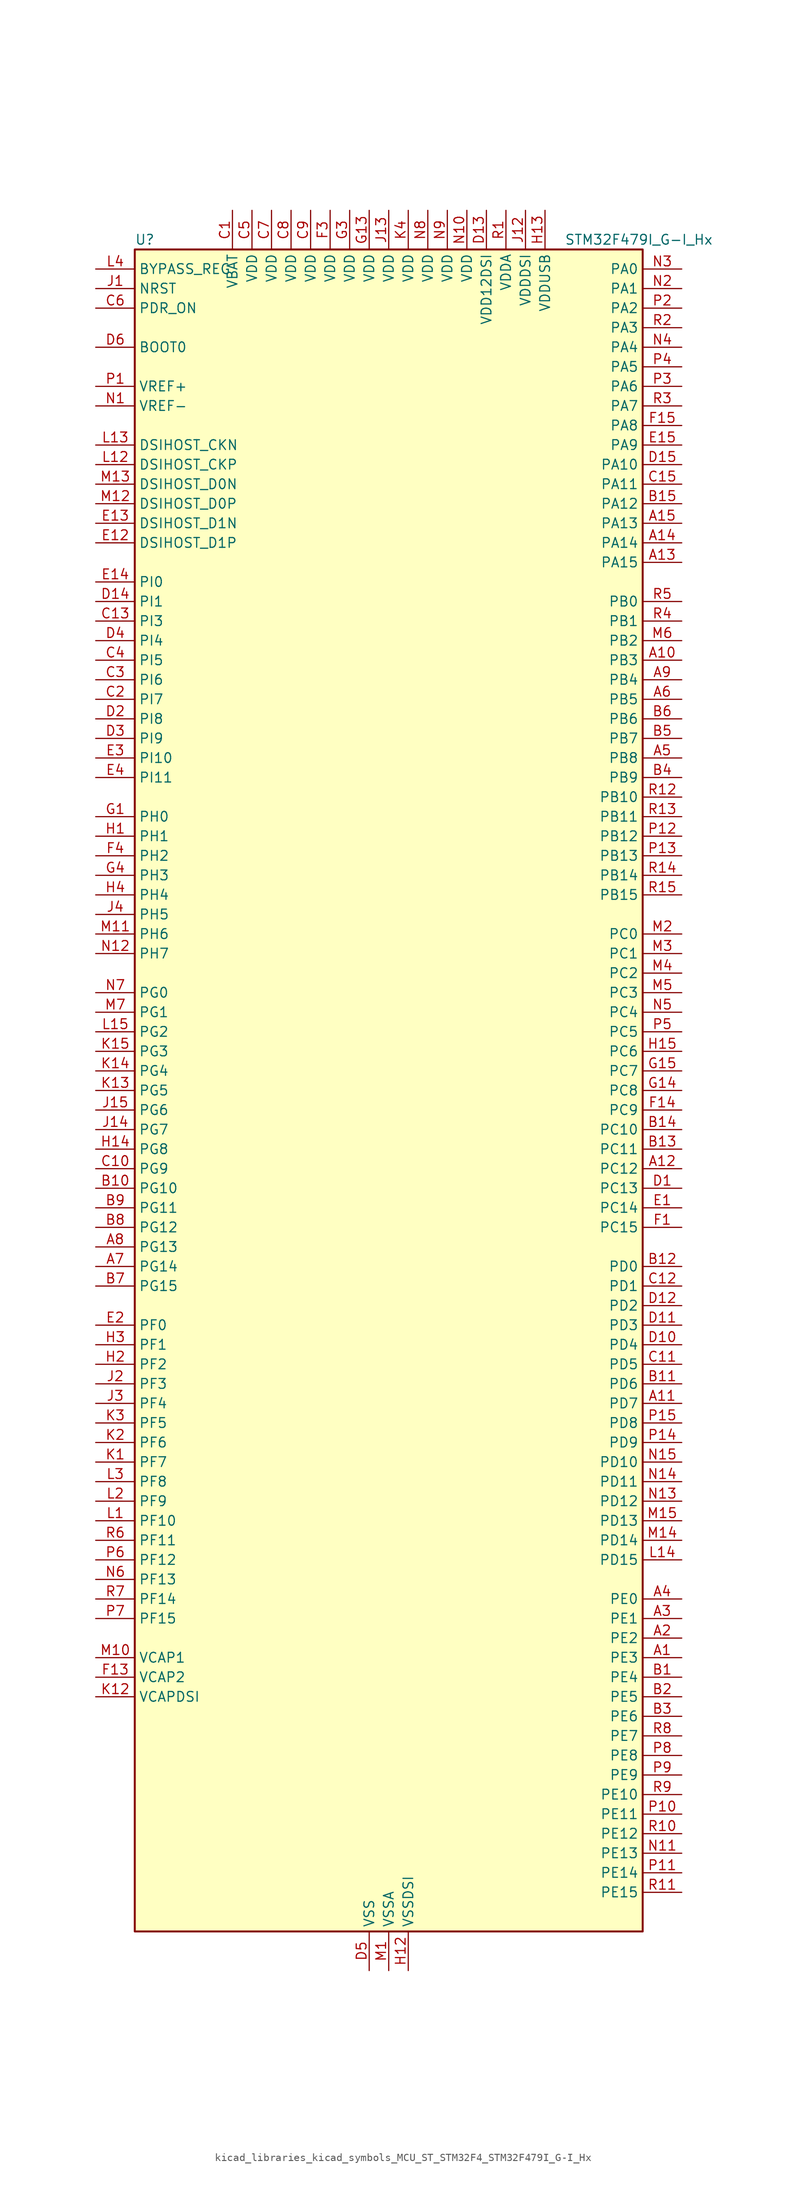
<source format=kicad_sym>
(kicad_symbol_lib
  (version 20220914)
  (generator kicad_symbol_editor)
  (symbol "kicad_libraries_kicad_symbols_MCU_ST_STM32F4_STM32F479I_G-I_Hx"
    (property "Reference" "U"
      (at -33.02 110.49 0)
      (effects (font (size 1.27 1.27)) (justify left)))
    (property "Value" "STM32F479I_G-I_Hx"
      (at 22.86 110.49 0)
      (effects (font (size 1.27 1.27)) (justify left)))
    (property "ki_locked" ""
      (at 0 0 0)
      (effects (font (size 1.27 1.27))))
    (symbol "kicad_libraries_kicad_symbols_MCU_ST_STM32F4_STM32F479I_G-I_Hx_0_1"
      (rectangle (start -33.02 -109.22) (end 33.02 109.22) (stroke (width 0.254) (type default)) (fill (type background))))
    (symbol "kicad_libraries_kicad_symbols_MCU_ST_STM32F4_STM32F479I_G-I_Hx_1_1"
      (pin bidirectional line (at 38.1 -73.66 180) (length 5.08) (name "PE3" (effects (font (size 1.27 1.27)))) (number "A1" (effects (font (size 1.27 1.27)))) (alternate "FMC_A19" bidirectional line) (alternate "SAI1_SD_B" bidirectional line) (alternate "SYS_TRACED0" bidirectional line))
      (pin bidirectional line (at 38.1 55.88 180) (length 5.08) (name "PB3" (effects (font (size 1.27 1.27)))) (number "A10" (effects (font (size 1.27 1.27)))) (alternate "I2S3_CK" bidirectional line) (alternate "SPI1_SCK" bidirectional line) (alternate "SPI3_SCK" bidirectional line) (alternate "SYS_JTDO-SWO" bidirectional line) (alternate "TIM2_CH2" bidirectional line))
      (pin bidirectional line (at 38.1 -40.64 180) (length 5.08) (name "PD7" (effects (font (size 1.27 1.27)))) (number "A11" (effects (font (size 1.27 1.27)))) (alternate "FMC_NE1" bidirectional line) (alternate "USART2_CK" bidirectional line))
      (pin bidirectional line (at 38.1 -10.16 180) (length 5.08) (name "PC12" (effects (font (size 1.27 1.27)))) (number "A12" (effects (font (size 1.27 1.27)))) (alternate "DCMI_D9" bidirectional line) (alternate "I2S3_SD" bidirectional line) (alternate "SDIO_CK" bidirectional line) (alternate "SPI3_MOSI" bidirectional line) (alternate "SYS_TRACED3" bidirectional line) (alternate "UART5_TX" bidirectional line) (alternate "USART3_CK" bidirectional line))
      (pin bidirectional line (at 38.1 68.58 180) (length 5.08) (name "PA15" (effects (font (size 1.27 1.27)))) (number "A13" (effects (font (size 1.27 1.27)))) (alternate "ADC1_EXTI15" bidirectional line) (alternate "ADC2_EXTI15" bidirectional line) (alternate "ADC3_EXTI15" bidirectional line) (alternate "I2S3_WS" bidirectional line) (alternate "SPI1_NSS" bidirectional line) (alternate "SPI3_NSS" bidirectional line) (alternate "SYS_JTDI" bidirectional line) (alternate "TIM2_CH1" bidirectional line) (alternate "TIM2_ETR" bidirectional line))
      (pin bidirectional line (at 38.1 71.12 180) (length 5.08) (name "PA14" (effects (font (size 1.27 1.27)))) (number "A14" (effects (font (size 1.27 1.27)))) (alternate "SYS_JTCK-SWCLK" bidirectional line))
      (pin bidirectional line (at 38.1 73.66 180) (length 5.08) (name "PA13" (effects (font (size 1.27 1.27)))) (number "A15" (effects (font (size 1.27 1.27)))) (alternate "SYS_JTMS-SWDIO" bidirectional line))
      (pin bidirectional line (at 38.1 -71.12 180) (length 5.08) (name "PE2" (effects (font (size 1.27 1.27)))) (number "A2" (effects (font (size 1.27 1.27)))) (alternate "ETH_TXD3" bidirectional line) (alternate "FMC_A23" bidirectional line) (alternate "QUADSPI_BK1_IO2" bidirectional line) (alternate "SAI1_MCLK_A" bidirectional line) (alternate "SPI4_SCK" bidirectional line) (alternate "SYS_TRACECLK" bidirectional line))
      (pin bidirectional line (at 38.1 -68.58 180) (length 5.08) (name "PE1" (effects (font (size 1.27 1.27)))) (number "A3" (effects (font (size 1.27 1.27)))) (alternate "DCMI_D3" bidirectional line) (alternate "FMC_NBL1" bidirectional line) (alternate "UART8_TX" bidirectional line))
      (pin bidirectional line (at 38.1 -66.04 180) (length 5.08) (name "PE0" (effects (font (size 1.27 1.27)))) (number "A4" (effects (font (size 1.27 1.27)))) (alternate "DCMI_D2" bidirectional line) (alternate "FMC_NBL0" bidirectional line) (alternate "TIM4_ETR" bidirectional line) (alternate "UART8_RX" bidirectional line))
      (pin bidirectional line (at 38.1 43.18 180) (length 5.08) (name "PB8" (effects (font (size 1.27 1.27)))) (number "A5" (effects (font (size 1.27 1.27)))) (alternate "CAN1_RX" bidirectional line) (alternate "DCMI_D6" bidirectional line) (alternate "ETH_TXD3" bidirectional line) (alternate "I2C1_SCL" bidirectional line) (alternate "LTDC_B6" bidirectional line) (alternate "SDIO_D4" bidirectional line) (alternate "TIM10_CH1" bidirectional line) (alternate "TIM4_CH3" bidirectional line))
      (pin bidirectional line (at 38.1 50.8 180) (length 5.08) (name "PB5" (effects (font (size 1.27 1.27)))) (number "A6" (effects (font (size 1.27 1.27)))) (alternate "CAN2_RX" bidirectional line) (alternate "DCMI_D10" bidirectional line) (alternate "ETH_PPS_OUT" bidirectional line) (alternate "FMC_SDCKE1" bidirectional line) (alternate "I2C1_SMBA" bidirectional line) (alternate "I2S3_SD" bidirectional line) (alternate "LTDC_G7" bidirectional line) (alternate "SPI1_MOSI" bidirectional line) (alternate "SPI3_MOSI" bidirectional line) (alternate "TIM3_CH2" bidirectional line) (alternate "USB_OTG_HS_ULPI_D7" bidirectional line))
      (pin bidirectional line (at -38.1 -22.86 0) (length 5.08) (name "PG14" (effects (font (size 1.27 1.27)))) (number "A7" (effects (font (size 1.27 1.27)))) (alternate "ETH_TXD1" bidirectional line) (alternate "FMC_A25" bidirectional line) (alternate "LTDC_B0" bidirectional line) (alternate "QUADSPI_BK2_IO3" bidirectional line) (alternate "SPI6_MOSI" bidirectional line) (alternate "SYS_TRACED1" bidirectional line) (alternate "USART6_TX" bidirectional line))
      (pin bidirectional line (at -38.1 -20.32 0) (length 5.08) (name "PG13" (effects (font (size 1.27 1.27)))) (number "A8" (effects (font (size 1.27 1.27)))) (alternate "ETH_TXD0" bidirectional line) (alternate "FMC_A24" bidirectional line) (alternate "LTDC_R0" bidirectional line) (alternate "SPI6_SCK" bidirectional line) (alternate "SYS_TRACED0" bidirectional line) (alternate "USART6_CTS" bidirectional line))
      (pin bidirectional line (at 38.1 53.34 180) (length 5.08) (name "PB4" (effects (font (size 1.27 1.27)))) (number "A9" (effects (font (size 1.27 1.27)))) (alternate "I2S3_ext_SD" bidirectional line) (alternate "SPI1_MISO" bidirectional line) (alternate "SPI3_MISO" bidirectional line) (alternate "SYS_JTRST" bidirectional line) (alternate "TIM3_CH1" bidirectional line))
      (pin bidirectional line (at 38.1 -76.2 180) (length 5.08) (name "PE4" (effects (font (size 1.27 1.27)))) (number "B1" (effects (font (size 1.27 1.27)))) (alternate "DCMI_D4" bidirectional line) (alternate "FMC_A20" bidirectional line) (alternate "LTDC_B0" bidirectional line) (alternate "SAI1_FS_A" bidirectional line) (alternate "SPI4_NSS" bidirectional line) (alternate "SYS_TRACED1" bidirectional line))
      (pin bidirectional line (at -38.1 -12.7 0) (length 5.08) (name "PG10" (effects (font (size 1.27 1.27)))) (number "B10" (effects (font (size 1.27 1.27)))) (alternate "DCMI_D2" bidirectional line) (alternate "FMC_NE3" bidirectional line) (alternate "LTDC_B2" bidirectional line) (alternate "LTDC_G3" bidirectional line))
      (pin bidirectional line (at 38.1 -38.1 180) (length 5.08) (name "PD6" (effects (font (size 1.27 1.27)))) (number "B11" (effects (font (size 1.27 1.27)))) (alternate "DCMI_D10" bidirectional line) (alternate "FMC_NWAIT" bidirectional line) (alternate "I2S3_SD" bidirectional line) (alternate "LTDC_B2" bidirectional line) (alternate "SAI1_SD_A" bidirectional line) (alternate "SPI3_MOSI" bidirectional line) (alternate "USART2_RX" bidirectional line))
      (pin bidirectional line (at 38.1 -22.86 180) (length 5.08) (name "PD0" (effects (font (size 1.27 1.27)))) (number "B12" (effects (font (size 1.27 1.27)))) (alternate "CAN1_RX" bidirectional line) (alternate "FMC_D2" bidirectional line) (alternate "FMC_DA2" bidirectional line))
      (pin bidirectional line (at 38.1 -7.62 180) (length 5.08) (name "PC11" (effects (font (size 1.27 1.27)))) (number "B13" (effects (font (size 1.27 1.27)))) (alternate "ADC1_EXTI11" bidirectional line) (alternate "ADC2_EXTI11" bidirectional line) (alternate "ADC3_EXTI11" bidirectional line) (alternate "DCMI_D4" bidirectional line) (alternate "I2S3_ext_SD" bidirectional line) (alternate "QUADSPI_BK2_NCS" bidirectional line) (alternate "SDIO_D3" bidirectional line) (alternate "SPI3_MISO" bidirectional line) (alternate "UART4_RX" bidirectional line) (alternate "USART3_RX" bidirectional line))
      (pin bidirectional line (at 38.1 -5.08 180) (length 5.08) (name "PC10" (effects (font (size 1.27 1.27)))) (number "B14" (effects (font (size 1.27 1.27)))) (alternate "DCMI_D8" bidirectional line) (alternate "I2S3_CK" bidirectional line) (alternate "LTDC_R2" bidirectional line) (alternate "QUADSPI_BK1_IO1" bidirectional line) (alternate "SDIO_D2" bidirectional line) (alternate "SPI3_SCK" bidirectional line) (alternate "UART4_TX" bidirectional line) (alternate "USART3_TX" bidirectional line))
      (pin bidirectional line (at 38.1 76.2 180) (length 5.08) (name "PA12" (effects (font (size 1.27 1.27)))) (number "B15" (effects (font (size 1.27 1.27)))) (alternate "CAN1_TX" bidirectional line) (alternate "LTDC_R5" bidirectional line) (alternate "TIM1_ETR" bidirectional line) (alternate "USART1_RTS" bidirectional line) (alternate "USB_OTG_FS_DP" bidirectional line))
      (pin bidirectional line (at 38.1 -78.74 180) (length 5.08) (name "PE5" (effects (font (size 1.27 1.27)))) (number "B2" (effects (font (size 1.27 1.27)))) (alternate "DCMI_D6" bidirectional line) (alternate "FMC_A21" bidirectional line) (alternate "LTDC_G0" bidirectional line) (alternate "SAI1_SCK_A" bidirectional line) (alternate "SPI4_MISO" bidirectional line) (alternate "SYS_TRACED2" bidirectional line) (alternate "TIM9_CH1" bidirectional line))
      (pin bidirectional line (at 38.1 -81.28 180) (length 5.08) (name "PE6" (effects (font (size 1.27 1.27)))) (number "B3" (effects (font (size 1.27 1.27)))) (alternate "DCMI_D7" bidirectional line) (alternate "FMC_A22" bidirectional line) (alternate "LTDC_G1" bidirectional line) (alternate "SAI1_SD_A" bidirectional line) (alternate "SPI4_MOSI" bidirectional line) (alternate "SYS_TRACED3" bidirectional line) (alternate "TIM9_CH2" bidirectional line))
      (pin bidirectional line (at 38.1 40.64 180) (length 5.08) (name "PB9" (effects (font (size 1.27 1.27)))) (number "B4" (effects (font (size 1.27 1.27)))) (alternate "CAN1_TX" bidirectional line) (alternate "DAC_EXTI9" bidirectional line) (alternate "DCMI_D7" bidirectional line) (alternate "I2C1_SDA" bidirectional line) (alternate "I2S2_WS" bidirectional line) (alternate "LTDC_B7" bidirectional line) (alternate "SDIO_D5" bidirectional line) (alternate "SPI2_NSS" bidirectional line) (alternate "TIM11_CH1" bidirectional line) (alternate "TIM4_CH4" bidirectional line))
      (pin bidirectional line (at 38.1 45.72 180) (length 5.08) (name "PB7" (effects (font (size 1.27 1.27)))) (number "B5" (effects (font (size 1.27 1.27)))) (alternate "DCMI_VSYNC" bidirectional line) (alternate "FMC_NL" bidirectional line) (alternate "I2C1_SDA" bidirectional line) (alternate "TIM4_CH2" bidirectional line) (alternate "USART1_RX" bidirectional line))
      (pin bidirectional line (at 38.1 48.26 180) (length 5.08) (name "PB6" (effects (font (size 1.27 1.27)))) (number "B6" (effects (font (size 1.27 1.27)))) (alternate "CAN2_TX" bidirectional line) (alternate "DCMI_D5" bidirectional line) (alternate "FMC_SDNE1" bidirectional line) (alternate "I2C1_SCL" bidirectional line) (alternate "QUADSPI_BK1_NCS" bidirectional line) (alternate "TIM4_CH1" bidirectional line) (alternate "USART1_TX" bidirectional line))
      (pin bidirectional line (at -38.1 -25.4 0) (length 5.08) (name "PG15" (effects (font (size 1.27 1.27)))) (number "B7" (effects (font (size 1.27 1.27)))) (alternate "ADC1_EXTI15" bidirectional line) (alternate "ADC2_EXTI15" bidirectional line) (alternate "ADC3_EXTI15" bidirectional line) (alternate "DCMI_D13" bidirectional line) (alternate "FMC_SDNCAS" bidirectional line) (alternate "USART6_CTS" bidirectional line))
      (pin bidirectional line (at -38.1 -17.78 0) (length 5.08) (name "PG12" (effects (font (size 1.27 1.27)))) (number "B8" (effects (font (size 1.27 1.27)))) (alternate "FMC_NE4" bidirectional line) (alternate "LTDC_B1" bidirectional line) (alternate "LTDC_B4" bidirectional line) (alternate "SPI6_MISO" bidirectional line) (alternate "USART6_RTS" bidirectional line))
      (pin bidirectional line (at -38.1 -15.24 0) (length 5.08) (name "PG11" (effects (font (size 1.27 1.27)))) (number "B9" (effects (font (size 1.27 1.27)))) (alternate "ADC1_EXTI11" bidirectional line) (alternate "ADC2_EXTI11" bidirectional line) (alternate "ADC3_EXTI11" bidirectional line) (alternate "DCMI_D3" bidirectional line) (alternate "ETH_TX_EN" bidirectional line) (alternate "LTDC_B3" bidirectional line))
      (pin power_in line (at -20.32 114.3 270) (length 5.08) (name "VBAT" (effects (font (size 1.27 1.27)))) (number "C1" (effects (font (size 1.27 1.27)))))
      (pin bidirectional line (at -38.1 -10.16 0) (length 5.08) (name "PG9" (effects (font (size 1.27 1.27)))) (number "C10" (effects (font (size 1.27 1.27)))) (alternate "DAC_EXTI9" bidirectional line) (alternate "DCMI_VSYNC" bidirectional line) (alternate "FMC_NCE" bidirectional line) (alternate "FMC_NE2" bidirectional line) (alternate "QUADSPI_BK2_IO2" bidirectional line) (alternate "USART6_RX" bidirectional line))
      (pin bidirectional line (at 38.1 -35.56 180) (length 5.08) (name "PD5" (effects (font (size 1.27 1.27)))) (number "C11" (effects (font (size 1.27 1.27)))) (alternate "FMC_NWE" bidirectional line) (alternate "USART2_TX" bidirectional line))
      (pin bidirectional line (at 38.1 -25.4 180) (length 5.08) (name "PD1" (effects (font (size 1.27 1.27)))) (number "C12" (effects (font (size 1.27 1.27)))) (alternate "CAN1_TX" bidirectional line) (alternate "FMC_D3" bidirectional line) (alternate "FMC_DA3" bidirectional line))
      (pin bidirectional line (at -38.1 60.96 0) (length 5.08) (name "PI3" (effects (font (size 1.27 1.27)))) (number "C13" (effects (font (size 1.27 1.27)))) (alternate "DCMI_D10" bidirectional line) (alternate "FMC_D27" bidirectional line) (alternate "I2S2_SD" bidirectional line) (alternate "SPI2_MOSI" bidirectional line) (alternate "TIM8_ETR" bidirectional line))
      (pin no_connect line (at -33.02 -109.22 0) (length 5.08) hide (name "NC" (effects (font (size 1.27 1.27)))) (number "C14" (effects (font (size 1.27 1.27)))))
      (pin bidirectional line (at 38.1 78.74 180) (length 5.08) (name "PA11" (effects (font (size 1.27 1.27)))) (number "C15" (effects (font (size 1.27 1.27)))) (alternate "ADC1_EXTI11" bidirectional line) (alternate "ADC2_EXTI11" bidirectional line) (alternate "ADC3_EXTI11" bidirectional line) (alternate "CAN1_RX" bidirectional line) (alternate "LTDC_R4" bidirectional line) (alternate "TIM1_CH4" bidirectional line) (alternate "USART1_CTS" bidirectional line) (alternate "USB_OTG_FS_DM" bidirectional line))
      (pin bidirectional line (at -38.1 50.8 0) (length 5.08) (name "PI7" (effects (font (size 1.27 1.27)))) (number "C2" (effects (font (size 1.27 1.27)))) (alternate "DCMI_D7" bidirectional line) (alternate "FMC_D29" bidirectional line) (alternate "LTDC_B7" bidirectional line) (alternate "TIM8_CH3" bidirectional line))
      (pin bidirectional line (at -38.1 53.34 0) (length 5.08) (name "PI6" (effects (font (size 1.27 1.27)))) (number "C3" (effects (font (size 1.27 1.27)))) (alternate "DCMI_D6" bidirectional line) (alternate "FMC_D28" bidirectional line) (alternate "LTDC_B6" bidirectional line) (alternate "TIM8_CH2" bidirectional line))
      (pin bidirectional line (at -38.1 55.88 0) (length 5.08) (name "PI5" (effects (font (size 1.27 1.27)))) (number "C4" (effects (font (size 1.27 1.27)))) (alternate "DCMI_VSYNC" bidirectional line) (alternate "FMC_NBL3" bidirectional line) (alternate "LTDC_B5" bidirectional line) (alternate "TIM8_CH1" bidirectional line))
      (pin power_in line (at -17.78 114.3 270) (length 5.08) (name "VDD" (effects (font (size 1.27 1.27)))) (number "C5" (effects (font (size 1.27 1.27)))))
      (pin input line (at -38.1 101.6 0) (length 5.08) (name "PDR_ON" (effects (font (size 1.27 1.27)))) (number "C6" (effects (font (size 1.27 1.27)))))
      (pin power_in line (at -15.24 114.3 270) (length 5.08) (name "VDD" (effects (font (size 1.27 1.27)))) (number "C7" (effects (font (size 1.27 1.27)))))
      (pin power_in line (at -12.7 114.3 270) (length 5.08) (name "VDD" (effects (font (size 1.27 1.27)))) (number "C8" (effects (font (size 1.27 1.27)))))
      (pin power_in line (at -10.16 114.3 270) (length 5.08) (name "VDD" (effects (font (size 1.27 1.27)))) (number "C9" (effects (font (size 1.27 1.27)))))
      (pin bidirectional line (at 38.1 -12.7 180) (length 5.08) (name "PC13" (effects (font (size 1.27 1.27)))) (number "D1" (effects (font (size 1.27 1.27)))) (alternate "RTC_AF1" bidirectional line))
      (pin bidirectional line (at 38.1 -33.02 180) (length 5.08) (name "PD4" (effects (font (size 1.27 1.27)))) (number "D10" (effects (font (size 1.27 1.27)))) (alternate "FMC_NOE" bidirectional line) (alternate "USART2_RTS" bidirectional line))
      (pin bidirectional line (at 38.1 -30.48 180) (length 5.08) (name "PD3" (effects (font (size 1.27 1.27)))) (number "D11" (effects (font (size 1.27 1.27)))) (alternate "DCMI_D5" bidirectional line) (alternate "FMC_CLK" bidirectional line) (alternate "I2S2_CK" bidirectional line) (alternate "LTDC_G7" bidirectional line) (alternate "SPI2_SCK" bidirectional line) (alternate "USART2_CTS" bidirectional line))
      (pin bidirectional line (at 38.1 -27.94 180) (length 5.08) (name "PD2" (effects (font (size 1.27 1.27)))) (number "D12" (effects (font (size 1.27 1.27)))) (alternate "DCMI_D11" bidirectional line) (alternate "SDIO_CMD" bidirectional line) (alternate "SYS_TRACED2" bidirectional line) (alternate "TIM3_ETR" bidirectional line) (alternate "UART5_RX" bidirectional line))
      (pin power_in line (at 12.7 114.3 270) (length 5.08) (name "VDD12DSI" (effects (font (size 1.27 1.27)))) (number "D13" (effects (font (size 1.27 1.27)))))
      (pin bidirectional line (at -38.1 63.5 0) (length 5.08) (name "PI1" (effects (font (size 1.27 1.27)))) (number "D14" (effects (font (size 1.27 1.27)))) (alternate "DCMI_D8" bidirectional line) (alternate "FMC_D25" bidirectional line) (alternate "I2S2_CK" bidirectional line) (alternate "LTDC_G6" bidirectional line) (alternate "SPI2_SCK" bidirectional line))
      (pin bidirectional line (at 38.1 81.28 180) (length 5.08) (name "PA10" (effects (font (size 1.27 1.27)))) (number "D15" (effects (font (size 1.27 1.27)))) (alternate "DCMI_D1" bidirectional line) (alternate "TIM1_CH3" bidirectional line) (alternate "USART1_RX" bidirectional line) (alternate "USB_OTG_FS_ID" bidirectional line))
      (pin bidirectional line (at -38.1 48.26 0) (length 5.08) (name "PI8" (effects (font (size 1.27 1.27)))) (number "D2" (effects (font (size 1.27 1.27)))) (alternate "RTC_AF1" bidirectional line) (alternate "RTC_AF2" bidirectional line))
      (pin bidirectional line (at -38.1 45.72 0) (length 5.08) (name "PI9" (effects (font (size 1.27 1.27)))) (number "D3" (effects (font (size 1.27 1.27)))) (alternate "CAN1_RX" bidirectional line) (alternate "DAC_EXTI9" bidirectional line) (alternate "FMC_D30" bidirectional line) (alternate "LTDC_VSYNC" bidirectional line))
      (pin bidirectional line (at -38.1 58.42 0) (length 5.08) (name "PI4" (effects (font (size 1.27 1.27)))) (number "D4" (effects (font (size 1.27 1.27)))) (alternate "DCMI_D5" bidirectional line) (alternate "FMC_NBL2" bidirectional line) (alternate "LTDC_B4" bidirectional line) (alternate "TIM8_BKIN" bidirectional line))
      (pin power_in line (at -2.54 -114.3 90) (length 5.08) (name "VSS" (effects (font (size 1.27 1.27)))) (number "D5" (effects (font (size 1.27 1.27)))))
      (pin input line (at -38.1 96.52 0) (length 5.08) (name "BOOT0" (effects (font (size 1.27 1.27)))) (number "D6" (effects (font (size 1.27 1.27)))))
      (pin passive line (at -2.54 -114.3 90) (length 5.08) hide (name "VSS" (effects (font (size 1.27 1.27)))) (number "D7" (effects (font (size 1.27 1.27)))))
      (pin passive line (at -2.54 -114.3 90) (length 5.08) hide (name "VSS" (effects (font (size 1.27 1.27)))) (number "D8" (effects (font (size 1.27 1.27)))))
      (pin passive line (at -2.54 -114.3 90) (length 5.08) hide (name "VSS" (effects (font (size 1.27 1.27)))) (number "D9" (effects (font (size 1.27 1.27)))))
      (pin bidirectional line (at 38.1 -15.24 180) (length 5.08) (name "PC14" (effects (font (size 1.27 1.27)))) (number "E1" (effects (font (size 1.27 1.27)))) (alternate "RCC_OSC32_IN" bidirectional line))
      (pin bidirectional line (at -38.1 71.12 0) (length 5.08) (name "DSIHOST_D1P" (effects (font (size 1.27 1.27)))) (number "E12" (effects (font (size 1.27 1.27)))) (alternate "DSIHOST_D1P" bidirectional line))
      (pin bidirectional line (at -38.1 73.66 0) (length 5.08) (name "DSIHOST_D1N" (effects (font (size 1.27 1.27)))) (number "E13" (effects (font (size 1.27 1.27)))) (alternate "DSIHOST_D1N" bidirectional line))
      (pin bidirectional line (at -38.1 66.04 0) (length 5.08) (name "PI0" (effects (font (size 1.27 1.27)))) (number "E14" (effects (font (size 1.27 1.27)))) (alternate "DCMI_D13" bidirectional line) (alternate "FMC_D24" bidirectional line) (alternate "I2S2_WS" bidirectional line) (alternate "LTDC_G5" bidirectional line) (alternate "SPI2_NSS" bidirectional line) (alternate "TIM5_CH4" bidirectional line))
      (pin bidirectional line (at 38.1 83.82 180) (length 5.08) (name "PA9" (effects (font (size 1.27 1.27)))) (number "E15" (effects (font (size 1.27 1.27)))) (alternate "DAC_EXTI9" bidirectional line) (alternate "DCMI_D0" bidirectional line) (alternate "I2C3_SMBA" bidirectional line) (alternate "I2S2_CK" bidirectional line) (alternate "SPI2_SCK" bidirectional line) (alternate "TIM1_CH2" bidirectional line) (alternate "USART1_TX" bidirectional line) (alternate "USB_OTG_FS_VBUS" bidirectional line))
      (pin bidirectional line (at -38.1 -30.48 0) (length 5.08) (name "PF0" (effects (font (size 1.27 1.27)))) (number "E2" (effects (font (size 1.27 1.27)))) (alternate "FMC_A0" bidirectional line) (alternate "I2C2_SDA" bidirectional line))
      (pin bidirectional line (at -38.1 43.18 0) (length 5.08) (name "PI10" (effects (font (size 1.27 1.27)))) (number "E3" (effects (font (size 1.27 1.27)))) (alternate "ETH_RX_ER" bidirectional line) (alternate "FMC_D31" bidirectional line) (alternate "LTDC_HSYNC" bidirectional line))
      (pin bidirectional line (at -38.1 40.64 0) (length 5.08) (name "PI11" (effects (font (size 1.27 1.27)))) (number "E4" (effects (font (size 1.27 1.27)))) (alternate "ADC1_EXTI11" bidirectional line) (alternate "ADC2_EXTI11" bidirectional line) (alternate "ADC3_EXTI11" bidirectional line) (alternate "LTDC_G6" bidirectional line) (alternate "USB_OTG_HS_ULPI_DIR" bidirectional line))
      (pin bidirectional line (at 38.1 -17.78 180) (length 5.08) (name "PC15" (effects (font (size 1.27 1.27)))) (number "F1" (effects (font (size 1.27 1.27)))) (alternate "ADC1_EXTI15" bidirectional line) (alternate "ADC2_EXTI15" bidirectional line) (alternate "ADC3_EXTI15" bidirectional line) (alternate "RCC_OSC32_OUT" bidirectional line))
      (pin passive line (at -2.54 -114.3 90) (length 5.08) hide (name "VSS" (effects (font (size 1.27 1.27)))) (number "F10" (effects (font (size 1.27 1.27)))))
      (pin passive line (at -2.54 -114.3 90) (length 5.08) hide (name "VSS" (effects (font (size 1.27 1.27)))) (number "F12" (effects (font (size 1.27 1.27)))))
      (pin power_out line (at -38.1 -76.2 0) (length 5.08) (name "VCAP2" (effects (font (size 1.27 1.27)))) (number "F13" (effects (font (size 1.27 1.27)))))
      (pin bidirectional line (at 38.1 -2.54 180) (length 5.08) (name "PC9" (effects (font (size 1.27 1.27)))) (number "F14" (effects (font (size 1.27 1.27)))) (alternate "DAC_EXTI9" bidirectional line) (alternate "DCMI_D3" bidirectional line) (alternate "I2C3_SDA" bidirectional line) (alternate "I2S_CKIN" bidirectional line) (alternate "QUADSPI_BK1_IO0" bidirectional line) (alternate "RCC_MCO_2" bidirectional line) (alternate "SDIO_D1" bidirectional line) (alternate "TIM3_CH4" bidirectional line) (alternate "TIM8_CH4" bidirectional line))
      (pin bidirectional line (at 38.1 86.36 180) (length 5.08) (name "PA8" (effects (font (size 1.27 1.27)))) (number "F15" (effects (font (size 1.27 1.27)))) (alternate "I2C3_SCL" bidirectional line) (alternate "LTDC_R6" bidirectional line) (alternate "RCC_MCO_1" bidirectional line) (alternate "TIM1_CH1" bidirectional line) (alternate "USART1_CK" bidirectional line) (alternate "USB_OTG_FS_SOF" bidirectional line))
      (pin passive line (at -2.54 -114.3 90) (length 5.08) hide (name "VSS" (effects (font (size 1.27 1.27)))) (number "F2" (effects (font (size 1.27 1.27)))))
      (pin power_in line (at -7.62 114.3 270) (length 5.08) (name "VDD" (effects (font (size 1.27 1.27)))) (number "F3" (effects (font (size 1.27 1.27)))))
      (pin bidirectional line (at -38.1 30.48 0) (length 5.08) (name "PH2" (effects (font (size 1.27 1.27)))) (number "F4" (effects (font (size 1.27 1.27)))) (alternate "ETH_CRS" bidirectional line) (alternate "FMC_SDCKE0" bidirectional line) (alternate "LTDC_R0" bidirectional line) (alternate "QUADSPI_BK2_IO0" bidirectional line))
      (pin passive line (at -2.54 -114.3 90) (length 5.08) hide (name "VSS" (effects (font (size 1.27 1.27)))) (number "F6" (effects (font (size 1.27 1.27)))))
      (pin passive line (at -2.54 -114.3 90) (length 5.08) hide (name "VSS" (effects (font (size 1.27 1.27)))) (number "F7" (effects (font (size 1.27 1.27)))))
      (pin passive line (at -2.54 -114.3 90) (length 5.08) hide (name "VSS" (effects (font (size 1.27 1.27)))) (number "F8" (effects (font (size 1.27 1.27)))))
      (pin passive line (at -2.54 -114.3 90) (length 5.08) hide (name "VSS" (effects (font (size 1.27 1.27)))) (number "F9" (effects (font (size 1.27 1.27)))))
      (pin bidirectional line (at -38.1 35.56 0) (length 5.08) (name "PH0" (effects (font (size 1.27 1.27)))) (number "G1" (effects (font (size 1.27 1.27)))) (alternate "RCC_OSC_IN" bidirectional line))
      (pin passive line (at -2.54 -114.3 90) (length 5.08) hide (name "VSS" (effects (font (size 1.27 1.27)))) (number "G10" (effects (font (size 1.27 1.27)))))
      (pin passive line (at -2.54 -114.3 90) (length 5.08) hide (name "VSS" (effects (font (size 1.27 1.27)))) (number "G12" (effects (font (size 1.27 1.27)))))
      (pin power_in line (at -2.54 114.3 270) (length 5.08) (name "VDD" (effects (font (size 1.27 1.27)))) (number "G13" (effects (font (size 1.27 1.27)))))
      (pin bidirectional line (at 38.1 0 180) (length 5.08) (name "PC8" (effects (font (size 1.27 1.27)))) (number "G14" (effects (font (size 1.27 1.27)))) (alternate "DCMI_D2" bidirectional line) (alternate "SDIO_D0" bidirectional line) (alternate "SYS_TRACED1" bidirectional line) (alternate "TIM3_CH3" bidirectional line) (alternate "TIM8_CH3" bidirectional line) (alternate "USART6_CK" bidirectional line))
      (pin bidirectional line (at 38.1 2.54 180) (length 5.08) (name "PC7" (effects (font (size 1.27 1.27)))) (number "G15" (effects (font (size 1.27 1.27)))) (alternate "DCMI_D1" bidirectional line) (alternate "I2S3_MCK" bidirectional line) (alternate "LTDC_G6" bidirectional line) (alternate "SDIO_D7" bidirectional line) (alternate "TIM3_CH2" bidirectional line) (alternate "TIM8_CH2" bidirectional line) (alternate "USART6_RX" bidirectional line))
      (pin passive line (at -2.54 -114.3 90) (length 5.08) hide (name "VSS" (effects (font (size 1.27 1.27)))) (number "G2" (effects (font (size 1.27 1.27)))))
      (pin power_in line (at -5.08 114.3 270) (length 5.08) (name "VDD" (effects (font (size 1.27 1.27)))) (number "G3" (effects (font (size 1.27 1.27)))))
      (pin bidirectional line (at -38.1 27.94 0) (length 5.08) (name "PH3" (effects (font (size 1.27 1.27)))) (number "G4" (effects (font (size 1.27 1.27)))) (alternate "ETH_COL" bidirectional line) (alternate "FMC_SDNE0" bidirectional line) (alternate "LTDC_R1" bidirectional line) (alternate "QUADSPI_BK2_IO1" bidirectional line))
      (pin passive line (at -2.54 -114.3 90) (length 5.08) hide (name "VSS" (effects (font (size 1.27 1.27)))) (number "G6" (effects (font (size 1.27 1.27)))))
      (pin passive line (at -2.54 -114.3 90) (length 5.08) hide (name "VSS" (effects (font (size 1.27 1.27)))) (number "G7" (effects (font (size 1.27 1.27)))))
      (pin passive line (at -2.54 -114.3 90) (length 5.08) hide (name "VSS" (effects (font (size 1.27 1.27)))) (number "G8" (effects (font (size 1.27 1.27)))))
      (pin passive line (at -2.54 -114.3 90) (length 5.08) hide (name "VSS" (effects (font (size 1.27 1.27)))) (number "G9" (effects (font (size 1.27 1.27)))))
      (pin bidirectional line (at -38.1 33.02 0) (length 5.08) (name "PH1" (effects (font (size 1.27 1.27)))) (number "H1" (effects (font (size 1.27 1.27)))) (alternate "RCC_OSC_OUT" bidirectional line))
      (pin passive line (at -2.54 -114.3 90) (length 5.08) hide (name "VSS" (effects (font (size 1.27 1.27)))) (number "H10" (effects (font (size 1.27 1.27)))))
      (pin power_in line (at 2.54 -114.3 90) (length 5.08) (name "VSSDSI" (effects (font (size 1.27 1.27)))) (number "H12" (effects (font (size 1.27 1.27)))))
      (pin power_in line (at 20.32 114.3 270) (length 5.08) (name "VDDUSB" (effects (font (size 1.27 1.27)))) (number "H13" (effects (font (size 1.27 1.27)))))
      (pin bidirectional line (at -38.1 -7.62 0) (length 5.08) (name "PG8" (effects (font (size 1.27 1.27)))) (number "H14" (effects (font (size 1.27 1.27)))) (alternate "ETH_PPS_OUT" bidirectional line) (alternate "FMC_SDCLK" bidirectional line) (alternate "LTDC_G7" bidirectional line) (alternate "SPI6_NSS" bidirectional line) (alternate "USART6_RTS" bidirectional line))
      (pin bidirectional line (at 38.1 5.08 180) (length 5.08) (name "PC6" (effects (font (size 1.27 1.27)))) (number "H15" (effects (font (size 1.27 1.27)))) (alternate "DCMI_D0" bidirectional line) (alternate "I2S2_MCK" bidirectional line) (alternate "LTDC_HSYNC" bidirectional line) (alternate "SDIO_D6" bidirectional line) (alternate "TIM3_CH1" bidirectional line) (alternate "TIM8_CH1" bidirectional line) (alternate "USART6_TX" bidirectional line))
      (pin bidirectional line (at -38.1 -35.56 0) (length 5.08) (name "PF2" (effects (font (size 1.27 1.27)))) (number "H2" (effects (font (size 1.27 1.27)))) (alternate "FMC_A2" bidirectional line) (alternate "I2C2_SMBA" bidirectional line))
      (pin bidirectional line (at -38.1 -33.02 0) (length 5.08) (name "PF1" (effects (font (size 1.27 1.27)))) (number "H3" (effects (font (size 1.27 1.27)))) (alternate "FMC_A1" bidirectional line) (alternate "I2C2_SCL" bidirectional line))
      (pin bidirectional line (at -38.1 25.4 0) (length 5.08) (name "PH4" (effects (font (size 1.27 1.27)))) (number "H4" (effects (font (size 1.27 1.27)))) (alternate "I2C2_SCL" bidirectional line) (alternate "LTDC_G4" bidirectional line) (alternate "LTDC_G5" bidirectional line) (alternate "USB_OTG_HS_ULPI_NXT" bidirectional line))
      (pin passive line (at -2.54 -114.3 90) (length 5.08) hide (name "VSS" (effects (font (size 1.27 1.27)))) (number "H6" (effects (font (size 1.27 1.27)))))
      (pin passive line (at -2.54 -114.3 90) (length 5.08) hide (name "VSS" (effects (font (size 1.27 1.27)))) (number "H7" (effects (font (size 1.27 1.27)))))
      (pin passive line (at -2.54 -114.3 90) (length 5.08) hide (name "VSS" (effects (font (size 1.27 1.27)))) (number "H8" (effects (font (size 1.27 1.27)))))
      (pin passive line (at -2.54 -114.3 90) (length 5.08) hide (name "VSS" (effects (font (size 1.27 1.27)))) (number "H9" (effects (font (size 1.27 1.27)))))
      (pin input line (at -38.1 104.14 0) (length 5.08) (name "NRST" (effects (font (size 1.27 1.27)))) (number "J1" (effects (font (size 1.27 1.27)))))
      (pin passive line (at -2.54 -114.3 90) (length 5.08) hide (name "VSS" (effects (font (size 1.27 1.27)))) (number "J10" (effects (font (size 1.27 1.27)))))
      (pin power_in line (at 17.78 114.3 270) (length 5.08) (name "VDDDSI" (effects (font (size 1.27 1.27)))) (number "J12" (effects (font (size 1.27 1.27)))))
      (pin power_in line (at 0 114.3 270) (length 5.08) (name "VDD" (effects (font (size 1.27 1.27)))) (number "J13" (effects (font (size 1.27 1.27)))))
      (pin bidirectional line (at -38.1 -5.08 0) (length 5.08) (name "PG7" (effects (font (size 1.27 1.27)))) (number "J14" (effects (font (size 1.27 1.27)))) (alternate "DCMI_D13" bidirectional line) (alternate "FMC_INT" bidirectional line) (alternate "LTDC_CLK" bidirectional line) (alternate "SAI1_MCLK_A" bidirectional line) (alternate "USART6_CK" bidirectional line))
      (pin bidirectional line (at -38.1 -2.54 0) (length 5.08) (name "PG6" (effects (font (size 1.27 1.27)))) (number "J15" (effects (font (size 1.27 1.27)))) (alternate "DCMI_D12" bidirectional line) (alternate "LTDC_R7" bidirectional line))
      (pin bidirectional line (at -38.1 -38.1 0) (length 5.08) (name "PF3" (effects (font (size 1.27 1.27)))) (number "J2" (effects (font (size 1.27 1.27)))) (alternate "ADC3_IN9" bidirectional line) (alternate "FMC_A3" bidirectional line))
      (pin bidirectional line (at -38.1 -40.64 0) (length 5.08) (name "PF4" (effects (font (size 1.27 1.27)))) (number "J3" (effects (font (size 1.27 1.27)))) (alternate "ADC3_IN14" bidirectional line) (alternate "FMC_A4" bidirectional line))
      (pin bidirectional line (at -38.1 22.86 0) (length 5.08) (name "PH5" (effects (font (size 1.27 1.27)))) (number "J4" (effects (font (size 1.27 1.27)))) (alternate "FMC_SDNWE" bidirectional line) (alternate "I2C2_SDA" bidirectional line) (alternate "SPI5_NSS" bidirectional line))
      (pin passive line (at -2.54 -114.3 90) (length 5.08) hide (name "VSS" (effects (font (size 1.27 1.27)))) (number "J6" (effects (font (size 1.27 1.27)))))
      (pin passive line (at -2.54 -114.3 90) (length 5.08) hide (name "VSS" (effects (font (size 1.27 1.27)))) (number "J7" (effects (font (size 1.27 1.27)))))
      (pin passive line (at -2.54 -114.3 90) (length 5.08) hide (name "VSS" (effects (font (size 1.27 1.27)))) (number "J8" (effects (font (size 1.27 1.27)))))
      (pin passive line (at -2.54 -114.3 90) (length 5.08) hide (name "VSS" (effects (font (size 1.27 1.27)))) (number "J9" (effects (font (size 1.27 1.27)))))
      (pin bidirectional line (at -38.1 -48.26 0) (length 5.08) (name "PF7" (effects (font (size 1.27 1.27)))) (number "K1" (effects (font (size 1.27 1.27)))) (alternate "ADC3_IN5" bidirectional line) (alternate "QUADSPI_BK1_IO2" bidirectional line) (alternate "SAI1_MCLK_B" bidirectional line) (alternate "SPI5_SCK" bidirectional line) (alternate "TIM11_CH1" bidirectional line) (alternate "UART7_TX" bidirectional line))
      (pin passive line (at -2.54 -114.3 90) (length 5.08) hide (name "VSS" (effects (font (size 1.27 1.27)))) (number "K10" (effects (font (size 1.27 1.27)))))
      (pin power_out line (at -38.1 -78.74 0) (length 5.08) (name "VCAPDSI" (effects (font (size 1.27 1.27)))) (number "K12" (effects (font (size 1.27 1.27)))))
      (pin bidirectional line (at -38.1 0 0) (length 5.08) (name "PG5" (effects (font (size 1.27 1.27)))) (number "K13" (effects (font (size 1.27 1.27)))) (alternate "FMC_A15" bidirectional line) (alternate "FMC_BA1" bidirectional line))
      (pin bidirectional line (at -38.1 2.54 0) (length 5.08) (name "PG4" (effects (font (size 1.27 1.27)))) (number "K14" (effects (font (size 1.27 1.27)))) (alternate "FMC_A14" bidirectional line) (alternate "FMC_BA0" bidirectional line))
      (pin bidirectional line (at -38.1 5.08 0) (length 5.08) (name "PG3" (effects (font (size 1.27 1.27)))) (number "K15" (effects (font (size 1.27 1.27)))) (alternate "FMC_A13" bidirectional line))
      (pin bidirectional line (at -38.1 -45.72 0) (length 5.08) (name "PF6" (effects (font (size 1.27 1.27)))) (number "K2" (effects (font (size 1.27 1.27)))) (alternate "ADC3_IN4" bidirectional line) (alternate "QUADSPI_BK1_IO3" bidirectional line) (alternate "SAI1_SD_B" bidirectional line) (alternate "SPI5_NSS" bidirectional line) (alternate "TIM10_CH1" bidirectional line) (alternate "UART7_RX" bidirectional line))
      (pin bidirectional line (at -38.1 -43.18 0) (length 5.08) (name "PF5" (effects (font (size 1.27 1.27)))) (number "K3" (effects (font (size 1.27 1.27)))) (alternate "ADC3_IN15" bidirectional line) (alternate "FMC_A5" bidirectional line))
      (pin power_in line (at 2.54 114.3 270) (length 5.08) (name "VDD" (effects (font (size 1.27 1.27)))) (number "K4" (effects (font (size 1.27 1.27)))))
      (pin passive line (at -2.54 -114.3 90) (length 5.08) hide (name "VSS" (effects (font (size 1.27 1.27)))) (number "K6" (effects (font (size 1.27 1.27)))))
      (pin passive line (at -2.54 -114.3 90) (length 5.08) hide (name "VSS" (effects (font (size 1.27 1.27)))) (number "K7" (effects (font (size 1.27 1.27)))))
      (pin passive line (at -2.54 -114.3 90) (length 5.08) hide (name "VSS" (effects (font (size 1.27 1.27)))) (number "K8" (effects (font (size 1.27 1.27)))))
      (pin passive line (at -2.54 -114.3 90) (length 5.08) hide (name "VSS" (effects (font (size 1.27 1.27)))) (number "K9" (effects (font (size 1.27 1.27)))))
      (pin bidirectional line (at -38.1 -55.88 0) (length 5.08) (name "PF10" (effects (font (size 1.27 1.27)))) (number "L1" (effects (font (size 1.27 1.27)))) (alternate "ADC3_IN8" bidirectional line) (alternate "DCMI_D11" bidirectional line) (alternate "LTDC_DE" bidirectional line) (alternate "QUADSPI_CLK" bidirectional line))
      (pin bidirectional line (at -38.1 81.28 0) (length 5.08) (name "DSIHOST_CKP" (effects (font (size 1.27 1.27)))) (number "L12" (effects (font (size 1.27 1.27)))) (alternate "DSIHOST_CKP" bidirectional line))
      (pin bidirectional line (at -38.1 83.82 0) (length 5.08) (name "DSIHOST_CKN" (effects (font (size 1.27 1.27)))) (number "L13" (effects (font (size 1.27 1.27)))) (alternate "DSIHOST_CKN" bidirectional line))
      (pin bidirectional line (at 38.1 -60.96 180) (length 5.08) (name "PD15" (effects (font (size 1.27 1.27)))) (number "L14" (effects (font (size 1.27 1.27)))) (alternate "ADC1_EXTI15" bidirectional line) (alternate "ADC2_EXTI15" bidirectional line) (alternate "ADC3_EXTI15" bidirectional line) (alternate "FMC_D1" bidirectional line) (alternate "FMC_DA1" bidirectional line) (alternate "TIM4_CH4" bidirectional line))
      (pin bidirectional line (at -38.1 7.62 0) (length 5.08) (name "PG2" (effects (font (size 1.27 1.27)))) (number "L15" (effects (font (size 1.27 1.27)))) (alternate "FMC_A12" bidirectional line))
      (pin bidirectional line (at -38.1 -53.34 0) (length 5.08) (name "PF9" (effects (font (size 1.27 1.27)))) (number "L2" (effects (font (size 1.27 1.27)))) (alternate "ADC3_IN7" bidirectional line) (alternate "DAC_EXTI9" bidirectional line) (alternate "QUADSPI_BK1_IO1" bidirectional line) (alternate "SAI1_FS_B" bidirectional line) (alternate "SPI5_MOSI" bidirectional line) (alternate "TIM14_CH1" bidirectional line))
      (pin bidirectional line (at -38.1 -50.8 0) (length 5.08) (name "PF8" (effects (font (size 1.27 1.27)))) (number "L3" (effects (font (size 1.27 1.27)))) (alternate "ADC3_IN6" bidirectional line) (alternate "QUADSPI_BK1_IO0" bidirectional line) (alternate "SAI1_SCK_B" bidirectional line) (alternate "SPI5_MISO" bidirectional line) (alternate "TIM13_CH1" bidirectional line))
      (pin input line (at -38.1 106.68 0) (length 5.08) (name "BYPASS_REG" (effects (font (size 1.27 1.27)))) (number "L4" (effects (font (size 1.27 1.27)))))
      (pin power_in line (at 0 -114.3 90) (length 5.08) (name "VSSA" (effects (font (size 1.27 1.27)))) (number "M1" (effects (font (size 1.27 1.27)))))
      (pin power_out line (at -38.1 -73.66 0) (length 5.08) (name "VCAP1" (effects (font (size 1.27 1.27)))) (number "M10" (effects (font (size 1.27 1.27)))))
      (pin bidirectional line (at -38.1 20.32 0) (length 5.08) (name "PH6" (effects (font (size 1.27 1.27)))) (number "M11" (effects (font (size 1.27 1.27)))) (alternate "DCMI_D8" bidirectional line) (alternate "ETH_RXD2" bidirectional line) (alternate "FMC_SDNE1" bidirectional line) (alternate "I2C2_SMBA" bidirectional line) (alternate "SPI5_SCK" bidirectional line) (alternate "TIM12_CH1" bidirectional line))
      (pin bidirectional line (at -38.1 76.2 0) (length 5.08) (name "DSIHOST_D0P" (effects (font (size 1.27 1.27)))) (number "M12" (effects (font (size 1.27 1.27)))) (alternate "DSIHOST_D0P" bidirectional line))
      (pin bidirectional line (at -38.1 78.74 0) (length 5.08) (name "DSIHOST_D0N" (effects (font (size 1.27 1.27)))) (number "M13" (effects (font (size 1.27 1.27)))) (alternate "DSIHOST_D0N" bidirectional line))
      (pin bidirectional line (at 38.1 -58.42 180) (length 5.08) (name "PD14" (effects (font (size 1.27 1.27)))) (number "M14" (effects (font (size 1.27 1.27)))) (alternate "FMC_D0" bidirectional line) (alternate "FMC_DA0" bidirectional line) (alternate "TIM4_CH3" bidirectional line))
      (pin bidirectional line (at 38.1 -55.88 180) (length 5.08) (name "PD13" (effects (font (size 1.27 1.27)))) (number "M15" (effects (font (size 1.27 1.27)))) (alternate "FMC_A18" bidirectional line) (alternate "QUADSPI_BK1_IO3" bidirectional line) (alternate "TIM4_CH2" bidirectional line))
      (pin bidirectional line (at 38.1 20.32 180) (length 5.08) (name "PC0" (effects (font (size 1.27 1.27)))) (number "M2" (effects (font (size 1.27 1.27)))) (alternate "ADC1_IN10" bidirectional line) (alternate "ADC2_IN10" bidirectional line) (alternate "ADC3_IN10" bidirectional line) (alternate "FMC_SDNWE" bidirectional line) (alternate "LTDC_R5" bidirectional line) (alternate "USB_OTG_HS_ULPI_STP" bidirectional line))
      (pin bidirectional line (at 38.1 17.78 180) (length 5.08) (name "PC1" (effects (font (size 1.27 1.27)))) (number "M3" (effects (font (size 1.27 1.27)))) (alternate "ADC1_IN11" bidirectional line) (alternate "ADC2_IN11" bidirectional line) (alternate "ADC3_IN11" bidirectional line) (alternate "ETH_MDC" bidirectional line) (alternate "I2S2_SD" bidirectional line) (alternate "SAI1_SD_A" bidirectional line) (alternate "SPI2_MOSI" bidirectional line) (alternate "SYS_TRACED0" bidirectional line))
      (pin bidirectional line (at 38.1 15.24 180) (length 5.08) (name "PC2" (effects (font (size 1.27 1.27)))) (number "M4" (effects (font (size 1.27 1.27)))) (alternate "ADC1_IN12" bidirectional line) (alternate "ADC2_IN12" bidirectional line) (alternate "ADC3_IN12" bidirectional line) (alternate "ETH_TXD2" bidirectional line) (alternate "FMC_SDNE0" bidirectional line) (alternate "I2S2_ext_SD" bidirectional line) (alternate "SPI2_MISO" bidirectional line) (alternate "USB_OTG_HS_ULPI_DIR" bidirectional line))
      (pin bidirectional line (at 38.1 12.7 180) (length 5.08) (name "PC3" (effects (font (size 1.27 1.27)))) (number "M5" (effects (font (size 1.27 1.27)))) (alternate "ADC1_IN13" bidirectional line) (alternate "ADC2_IN13" bidirectional line) (alternate "ADC3_IN13" bidirectional line) (alternate "ETH_TX_CLK" bidirectional line) (alternate "FMC_SDCKE0" bidirectional line) (alternate "I2S2_SD" bidirectional line) (alternate "SPI2_MOSI" bidirectional line) (alternate "USB_OTG_HS_ULPI_NXT" bidirectional line))
      (pin bidirectional line (at 38.1 58.42 180) (length 5.08) (name "PB2" (effects (font (size 1.27 1.27)))) (number "M6" (effects (font (size 1.27 1.27)))))
      (pin bidirectional line (at -38.1 10.16 0) (length 5.08) (name "PG1" (effects (font (size 1.27 1.27)))) (number "M7" (effects (font (size 1.27 1.27)))) (alternate "FMC_A11" bidirectional line))
      (pin passive line (at -2.54 -114.3 90) (length 5.08) hide (name "VSS" (effects (font (size 1.27 1.27)))) (number "M8" (effects (font (size 1.27 1.27)))))
      (pin passive line (at -2.54 -114.3 90) (length 5.08) hide (name "VSS" (effects (font (size 1.27 1.27)))) (number "M9" (effects (font (size 1.27 1.27)))))
      (pin input line (at -38.1 88.9 0) (length 5.08) (name "VREF-" (effects (font (size 1.27 1.27)))) (number "N1" (effects (font (size 1.27 1.27)))))
      (pin power_in line (at 10.16 114.3 270) (length 5.08) (name "VDD" (effects (font (size 1.27 1.27)))) (number "N10" (effects (font (size 1.27 1.27)))))
      (pin bidirectional line (at 38.1 -99.06 180) (length 5.08) (name "PE13" (effects (font (size 1.27 1.27)))) (number "N11" (effects (font (size 1.27 1.27)))) (alternate "FMC_D10" bidirectional line) (alternate "FMC_DA10" bidirectional line) (alternate "LTDC_DE" bidirectional line) (alternate "SPI4_MISO" bidirectional line) (alternate "TIM1_CH3" bidirectional line))
      (pin bidirectional line (at -38.1 17.78 0) (length 5.08) (name "PH7" (effects (font (size 1.27 1.27)))) (number "N12" (effects (font (size 1.27 1.27)))) (alternate "DCMI_D9" bidirectional line) (alternate "ETH_RXD3" bidirectional line) (alternate "FMC_SDCKE1" bidirectional line) (alternate "I2C3_SCL" bidirectional line) (alternate "SPI5_MISO" bidirectional line))
      (pin bidirectional line (at 38.1 -53.34 180) (length 5.08) (name "PD12" (effects (font (size 1.27 1.27)))) (number "N13" (effects (font (size 1.27 1.27)))) (alternate "FMC_A17" bidirectional line) (alternate "FMC_ALE" bidirectional line) (alternate "QUADSPI_BK1_IO1" bidirectional line) (alternate "TIM4_CH1" bidirectional line) (alternate "USART3_RTS" bidirectional line))
      (pin bidirectional line (at 38.1 -50.8 180) (length 5.08) (name "PD11" (effects (font (size 1.27 1.27)))) (number "N14" (effects (font (size 1.27 1.27)))) (alternate "ADC1_EXTI11" bidirectional line) (alternate "ADC2_EXTI11" bidirectional line) (alternate "ADC3_EXTI11" bidirectional line) (alternate "FMC_A16" bidirectional line) (alternate "FMC_CLE" bidirectional line) (alternate "QUADSPI_BK1_IO0" bidirectional line) (alternate "USART3_CTS" bidirectional line))
      (pin bidirectional line (at 38.1 -48.26 180) (length 5.08) (name "PD10" (effects (font (size 1.27 1.27)))) (number "N15" (effects (font (size 1.27 1.27)))) (alternate "FMC_D15" bidirectional line) (alternate "FMC_DA15" bidirectional line) (alternate "LTDC_B3" bidirectional line) (alternate "USART3_CK" bidirectional line))
      (pin bidirectional line (at 38.1 104.14 180) (length 5.08) (name "PA1" (effects (font (size 1.27 1.27)))) (number "N2" (effects (font (size 1.27 1.27)))) (alternate "ADC1_IN1" bidirectional line) (alternate "ADC2_IN1" bidirectional line) (alternate "ADC3_IN1" bidirectional line) (alternate "ETH_REF_CLK" bidirectional line) (alternate "ETH_RX_CLK" bidirectional line) (alternate "LTDC_R2" bidirectional line) (alternate "QUADSPI_BK1_IO3" bidirectional line) (alternate "TIM2_CH2" bidirectional line) (alternate "TIM5_CH2" bidirectional line) (alternate "UART4_RX" bidirectional line) (alternate "USART2_RTS" bidirectional line))
      (pin bidirectional line (at 38.1 106.68 180) (length 5.08) (name "PA0" (effects (font (size 1.27 1.27)))) (number "N3" (effects (font (size 1.27 1.27)))) (alternate "ADC1_IN0" bidirectional line) (alternate "ADC2_IN0" bidirectional line) (alternate "ADC3_IN0" bidirectional line) (alternate "ETH_CRS" bidirectional line) (alternate "SYS_WKUP" bidirectional line) (alternate "TIM2_CH1" bidirectional line) (alternate "TIM2_ETR" bidirectional line) (alternate "TIM5_CH1" bidirectional line) (alternate "TIM8_ETR" bidirectional line) (alternate "UART4_TX" bidirectional line) (alternate "USART2_CTS" bidirectional line))
      (pin bidirectional line (at 38.1 96.52 180) (length 5.08) (name "PA4" (effects (font (size 1.27 1.27)))) (number "N4" (effects (font (size 1.27 1.27)))) (alternate "ADC1_IN4" bidirectional line) (alternate "ADC2_IN4" bidirectional line) (alternate "DAC_OUT1" bidirectional line) (alternate "DCMI_HSYNC" bidirectional line) (alternate "I2S3_WS" bidirectional line) (alternate "LTDC_VSYNC" bidirectional line) (alternate "SPI1_NSS" bidirectional line) (alternate "SPI3_NSS" bidirectional line) (alternate "USART2_CK" bidirectional line) (alternate "USB_OTG_HS_SOF" bidirectional line))
      (pin bidirectional line (at 38.1 10.16 180) (length 5.08) (name "PC4" (effects (font (size 1.27 1.27)))) (number "N5" (effects (font (size 1.27 1.27)))) (alternate "ADC1_IN14" bidirectional line) (alternate "ADC2_IN14" bidirectional line) (alternate "ETH_RXD0" bidirectional line) (alternate "FMC_SDNE0" bidirectional line))
      (pin bidirectional line (at -38.1 -63.5 0) (length 5.08) (name "PF13" (effects (font (size 1.27 1.27)))) (number "N6" (effects (font (size 1.27 1.27)))) (alternate "FMC_A7" bidirectional line))
      (pin bidirectional line (at -38.1 12.7 0) (length 5.08) (name "PG0" (effects (font (size 1.27 1.27)))) (number "N7" (effects (font (size 1.27 1.27)))) (alternate "FMC_A10" bidirectional line))
      (pin power_in line (at 5.08 114.3 270) (length 5.08) (name "VDD" (effects (font (size 1.27 1.27)))) (number "N8" (effects (font (size 1.27 1.27)))))
      (pin power_in line (at 7.62 114.3 270) (length 5.08) (name "VDD" (effects (font (size 1.27 1.27)))) (number "N9" (effects (font (size 1.27 1.27)))))
      (pin input line (at -38.1 91.44 0) (length 5.08) (name "VREF+" (effects (font (size 1.27 1.27)))) (number "P1" (effects (font (size 1.27 1.27)))))
      (pin bidirectional line (at 38.1 -93.98 180) (length 5.08) (name "PE11" (effects (font (size 1.27 1.27)))) (number "P10" (effects (font (size 1.27 1.27)))) (alternate "ADC1_EXTI11" bidirectional line) (alternate "ADC2_EXTI11" bidirectional line) (alternate "ADC3_EXTI11" bidirectional line) (alternate "FMC_D8" bidirectional line) (alternate "FMC_DA8" bidirectional line) (alternate "LTDC_G3" bidirectional line) (alternate "SPI4_NSS" bidirectional line) (alternate "TIM1_CH2" bidirectional line))
      (pin bidirectional line (at 38.1 -101.6 180) (length 5.08) (name "PE14" (effects (font (size 1.27 1.27)))) (number "P11" (effects (font (size 1.27 1.27)))) (alternate "FMC_D11" bidirectional line) (alternate "FMC_DA11" bidirectional line) (alternate "LTDC_CLK" bidirectional line) (alternate "SPI4_MOSI" bidirectional line) (alternate "TIM1_CH4" bidirectional line))
      (pin bidirectional line (at 38.1 33.02 180) (length 5.08) (name "PB12" (effects (font (size 1.27 1.27)))) (number "P12" (effects (font (size 1.27 1.27)))) (alternate "CAN2_RX" bidirectional line) (alternate "ETH_TXD0" bidirectional line) (alternate "I2C2_SMBA" bidirectional line) (alternate "I2S2_WS" bidirectional line) (alternate "SPI2_NSS" bidirectional line) (alternate "TIM1_BKIN" bidirectional line) (alternate "USART3_CK" bidirectional line) (alternate "USB_OTG_HS_ID" bidirectional line) (alternate "USB_OTG_HS_ULPI_D5" bidirectional line))
      (pin bidirectional line (at 38.1 30.48 180) (length 5.08) (name "PB13" (effects (font (size 1.27 1.27)))) (number "P13" (effects (font (size 1.27 1.27)))) (alternate "CAN2_TX" bidirectional line) (alternate "ETH_TXD1" bidirectional line) (alternate "I2S2_CK" bidirectional line) (alternate "SPI2_SCK" bidirectional line) (alternate "TIM1_CH1N" bidirectional line) (alternate "USART3_CTS" bidirectional line) (alternate "USB_OTG_HS_ULPI_D6" bidirectional line) (alternate "USB_OTG_HS_VBUS" bidirectional line))
      (pin bidirectional line (at 38.1 -45.72 180) (length 5.08) (name "PD9" (effects (font (size 1.27 1.27)))) (number "P14" (effects (font (size 1.27 1.27)))) (alternate "DAC_EXTI9" bidirectional line) (alternate "FMC_D14" bidirectional line) (alternate "FMC_DA14" bidirectional line) (alternate "USART3_RX" bidirectional line))
      (pin bidirectional line (at 38.1 -43.18 180) (length 5.08) (name "PD8" (effects (font (size 1.27 1.27)))) (number "P15" (effects (font (size 1.27 1.27)))) (alternate "FMC_D13" bidirectional line) (alternate "FMC_DA13" bidirectional line) (alternate "USART3_TX" bidirectional line))
      (pin bidirectional line (at 38.1 101.6 180) (length 5.08) (name "PA2" (effects (font (size 1.27 1.27)))) (number "P2" (effects (font (size 1.27 1.27)))) (alternate "ADC1_IN2" bidirectional line) (alternate "ADC2_IN2" bidirectional line) (alternate "ADC3_IN2" bidirectional line) (alternate "ETH_MDIO" bidirectional line) (alternate "LTDC_R1" bidirectional line) (alternate "TIM2_CH3" bidirectional line) (alternate "TIM5_CH3" bidirectional line) (alternate "TIM9_CH1" bidirectional line) (alternate "USART2_TX" bidirectional line))
      (pin bidirectional line (at 38.1 91.44 180) (length 5.08) (name "PA6" (effects (font (size 1.27 1.27)))) (number "P3" (effects (font (size 1.27 1.27)))) (alternate "ADC1_IN6" bidirectional line) (alternate "ADC2_IN6" bidirectional line) (alternate "DCMI_PIXCLK" bidirectional line) (alternate "LTDC_G2" bidirectional line) (alternate "SPI1_MISO" bidirectional line) (alternate "TIM13_CH1" bidirectional line) (alternate "TIM1_BKIN" bidirectional line) (alternate "TIM3_CH1" bidirectional line) (alternate "TIM8_BKIN" bidirectional line))
      (pin bidirectional line (at 38.1 93.98 180) (length 5.08) (name "PA5" (effects (font (size 1.27 1.27)))) (number "P4" (effects (font (size 1.27 1.27)))) (alternate "ADC1_IN5" bidirectional line) (alternate "ADC2_IN5" bidirectional line) (alternate "DAC_OUT2" bidirectional line) (alternate "LTDC_R4" bidirectional line) (alternate "SPI1_SCK" bidirectional line) (alternate "TIM2_CH1" bidirectional line) (alternate "TIM2_ETR" bidirectional line) (alternate "TIM8_CH1N" bidirectional line) (alternate "USB_OTG_HS_ULPI_CK" bidirectional line))
      (pin bidirectional line (at 38.1 7.62 180) (length 5.08) (name "PC5" (effects (font (size 1.27 1.27)))) (number "P5" (effects (font (size 1.27 1.27)))) (alternate "ADC1_IN15" bidirectional line) (alternate "ADC2_IN15" bidirectional line) (alternate "ETH_RXD1" bidirectional line) (alternate "FMC_SDCKE0" bidirectional line))
      (pin bidirectional line (at -38.1 -60.96 0) (length 5.08) (name "PF12" (effects (font (size 1.27 1.27)))) (number "P6" (effects (font (size 1.27 1.27)))) (alternate "FMC_A6" bidirectional line))
      (pin bidirectional line (at -38.1 -68.58 0) (length 5.08) (name "PF15" (effects (font (size 1.27 1.27)))) (number "P7" (effects (font (size 1.27 1.27)))) (alternate "ADC1_EXTI15" bidirectional line) (alternate "ADC2_EXTI15" bidirectional line) (alternate "ADC3_EXTI15" bidirectional line) (alternate "FMC_A9" bidirectional line))
      (pin bidirectional line (at 38.1 -86.36 180) (length 5.08) (name "PE8" (effects (font (size 1.27 1.27)))) (number "P8" (effects (font (size 1.27 1.27)))) (alternate "FMC_D5" bidirectional line) (alternate "FMC_DA5" bidirectional line) (alternate "QUADSPI_BK2_IO1" bidirectional line) (alternate "TIM1_CH1N" bidirectional line) (alternate "UART7_TX" bidirectional line))
      (pin bidirectional line (at 38.1 -88.9 180) (length 5.08) (name "PE9" (effects (font (size 1.27 1.27)))) (number "P9" (effects (font (size 1.27 1.27)))) (alternate "DAC_EXTI9" bidirectional line) (alternate "FMC_D6" bidirectional line) (alternate "FMC_DA6" bidirectional line) (alternate "QUADSPI_BK2_IO2" bidirectional line) (alternate "TIM1_CH1" bidirectional line))
      (pin power_in line (at 15.24 114.3 270) (length 5.08) (name "VDDA" (effects (font (size 1.27 1.27)))) (number "R1" (effects (font (size 1.27 1.27)))))
      (pin bidirectional line (at 38.1 -96.52 180) (length 5.08) (name "PE12" (effects (font (size 1.27 1.27)))) (number "R10" (effects (font (size 1.27 1.27)))) (alternate "FMC_D9" bidirectional line) (alternate "FMC_DA9" bidirectional line) (alternate "LTDC_B4" bidirectional line) (alternate "SPI4_SCK" bidirectional line) (alternate "TIM1_CH3N" bidirectional line))
      (pin bidirectional line (at 38.1 -104.14 180) (length 5.08) (name "PE15" (effects (font (size 1.27 1.27)))) (number "R11" (effects (font (size 1.27 1.27)))) (alternate "ADC1_EXTI15" bidirectional line) (alternate "ADC2_EXTI15" bidirectional line) (alternate "ADC3_EXTI15" bidirectional line) (alternate "FMC_D12" bidirectional line) (alternate "FMC_DA12" bidirectional line) (alternate "LTDC_R7" bidirectional line) (alternate "TIM1_BKIN" bidirectional line))
      (pin bidirectional line (at 38.1 38.1 180) (length 5.08) (name "PB10" (effects (font (size 1.27 1.27)))) (number "R12" (effects (font (size 1.27 1.27)))) (alternate "ETH_RX_ER" bidirectional line) (alternate "I2C2_SCL" bidirectional line) (alternate "I2S2_CK" bidirectional line) (alternate "LTDC_G4" bidirectional line) (alternate "QUADSPI_BK1_NCS" bidirectional line) (alternate "SPI2_SCK" bidirectional line) (alternate "TIM2_CH3" bidirectional line) (alternate "USART3_TX" bidirectional line) (alternate "USB_OTG_HS_ULPI_D3" bidirectional line))
      (pin bidirectional line (at 38.1 35.56 180) (length 5.08) (name "PB11" (effects (font (size 1.27 1.27)))) (number "R13" (effects (font (size 1.27 1.27)))) (alternate "ADC1_EXTI11" bidirectional line) (alternate "ADC2_EXTI11" bidirectional line) (alternate "ADC3_EXTI11" bidirectional line) (alternate "DSIHOST_TE" bidirectional line) (alternate "ETH_TX_EN" bidirectional line) (alternate "I2C2_SDA" bidirectional line) (alternate "LTDC_G5" bidirectional line) (alternate "TIM2_CH4" bidirectional line) (alternate "USART3_RX" bidirectional line) (alternate "USB_OTG_HS_ULPI_D4" bidirectional line))
      (pin bidirectional line (at 38.1 27.94 180) (length 5.08) (name "PB14" (effects (font (size 1.27 1.27)))) (number "R14" (effects (font (size 1.27 1.27)))) (alternate "I2S2_ext_SD" bidirectional line) (alternate "SPI2_MISO" bidirectional line) (alternate "TIM12_CH1" bidirectional line) (alternate "TIM1_CH2N" bidirectional line) (alternate "TIM8_CH2N" bidirectional line) (alternate "USART3_RTS" bidirectional line) (alternate "USB_OTG_HS_DM" bidirectional line))
      (pin bidirectional line (at 38.1 25.4 180) (length 5.08) (name "PB15" (effects (font (size 1.27 1.27)))) (number "R15" (effects (font (size 1.27 1.27)))) (alternate "ADC1_EXTI15" bidirectional line) (alternate "ADC2_EXTI15" bidirectional line) (alternate "ADC3_EXTI15" bidirectional line) (alternate "I2S2_SD" bidirectional line) (alternate "RTC_REFIN" bidirectional line) (alternate "SPI2_MOSI" bidirectional line) (alternate "TIM12_CH2" bidirectional line) (alternate "TIM1_CH3N" bidirectional line) (alternate "TIM8_CH3N" bidirectional line) (alternate "USB_OTG_HS_DP" bidirectional line))
      (pin bidirectional line (at 38.1 99.06 180) (length 5.08) (name "PA3" (effects (font (size 1.27 1.27)))) (number "R2" (effects (font (size 1.27 1.27)))) (alternate "ADC1_IN3" bidirectional line) (alternate "ADC2_IN3" bidirectional line) (alternate "ADC3_IN3" bidirectional line) (alternate "ETH_COL" bidirectional line) (alternate "LTDC_B2" bidirectional line) (alternate "LTDC_B5" bidirectional line) (alternate "TIM2_CH4" bidirectional line) (alternate "TIM5_CH4" bidirectional line) (alternate "TIM9_CH2" bidirectional line) (alternate "USART2_RX" bidirectional line) (alternate "USB_OTG_HS_ULPI_D0" bidirectional line))
      (pin bidirectional line (at 38.1 88.9 180) (length 5.08) (name "PA7" (effects (font (size 1.27 1.27)))) (number "R3" (effects (font (size 1.27 1.27)))) (alternate "ADC1_IN7" bidirectional line) (alternate "ADC2_IN7" bidirectional line) (alternate "ETH_CRS_DV" bidirectional line) (alternate "ETH_RX_DV" bidirectional line) (alternate "FMC_SDNWE" bidirectional line) (alternate "QUADSPI_CLK" bidirectional line) (alternate "SPI1_MOSI" bidirectional line) (alternate "TIM14_CH1" bidirectional line) (alternate "TIM1_CH1N" bidirectional line) (alternate "TIM3_CH2" bidirectional line) (alternate "TIM8_CH1N" bidirectional line))
      (pin bidirectional line (at 38.1 60.96 180) (length 5.08) (name "PB1" (effects (font (size 1.27 1.27)))) (number "R4" (effects (font (size 1.27 1.27)))) (alternate "ADC1_IN9" bidirectional line) (alternate "ADC2_IN9" bidirectional line) (alternate "ETH_RXD3" bidirectional line) (alternate "LTDC_G0" bidirectional line) (alternate "LTDC_R6" bidirectional line) (alternate "TIM1_CH3N" bidirectional line) (alternate "TIM3_CH4" bidirectional line) (alternate "TIM8_CH3N" bidirectional line) (alternate "USB_OTG_HS_ULPI_D2" bidirectional line))
      (pin bidirectional line (at 38.1 63.5 180) (length 5.08) (name "PB0" (effects (font (size 1.27 1.27)))) (number "R5" (effects (font (size 1.27 1.27)))) (alternate "ADC1_IN8" bidirectional line) (alternate "ADC2_IN8" bidirectional line) (alternate "ETH_RXD2" bidirectional line) (alternate "LTDC_G1" bidirectional line) (alternate "LTDC_R3" bidirectional line) (alternate "TIM1_CH2N" bidirectional line) (alternate "TIM3_CH3" bidirectional line) (alternate "TIM8_CH2N" bidirectional line) (alternate "USB_OTG_HS_ULPI_D1" bidirectional line))
      (pin bidirectional line (at -38.1 -58.42 0) (length 5.08) (name "PF11" (effects (font (size 1.27 1.27)))) (number "R6" (effects (font (size 1.27 1.27)))) (alternate "ADC1_EXTI11" bidirectional line) (alternate "ADC2_EXTI11" bidirectional line) (alternate "ADC3_EXTI11" bidirectional line) (alternate "DCMI_D12" bidirectional line) (alternate "FMC_SDNRAS" bidirectional line) (alternate "SPI5_MOSI" bidirectional line))
      (pin bidirectional line (at -38.1 -66.04 0) (length 5.08) (name "PF14" (effects (font (size 1.27 1.27)))) (number "R7" (effects (font (size 1.27 1.27)))) (alternate "FMC_A8" bidirectional line))
      (pin bidirectional line (at 38.1 -83.82 180) (length 5.08) (name "PE7" (effects (font (size 1.27 1.27)))) (number "R8" (effects (font (size 1.27 1.27)))) (alternate "FMC_D4" bidirectional line) (alternate "FMC_DA4" bidirectional line) (alternate "QUADSPI_BK2_IO0" bidirectional line) (alternate "TIM1_ETR" bidirectional line) (alternate "UART7_RX" bidirectional line))
      (pin bidirectional line (at 38.1 -91.44 180) (length 5.08) (name "PE10" (effects (font (size 1.27 1.27)))) (number "R9" (effects (font (size 1.27 1.27)))) (alternate "FMC_D7" bidirectional line) (alternate "FMC_DA7" bidirectional line) (alternate "QUADSPI_BK2_IO3" bidirectional line) (alternate "TIM1_CH2N" bidirectional line)))))
</source>
